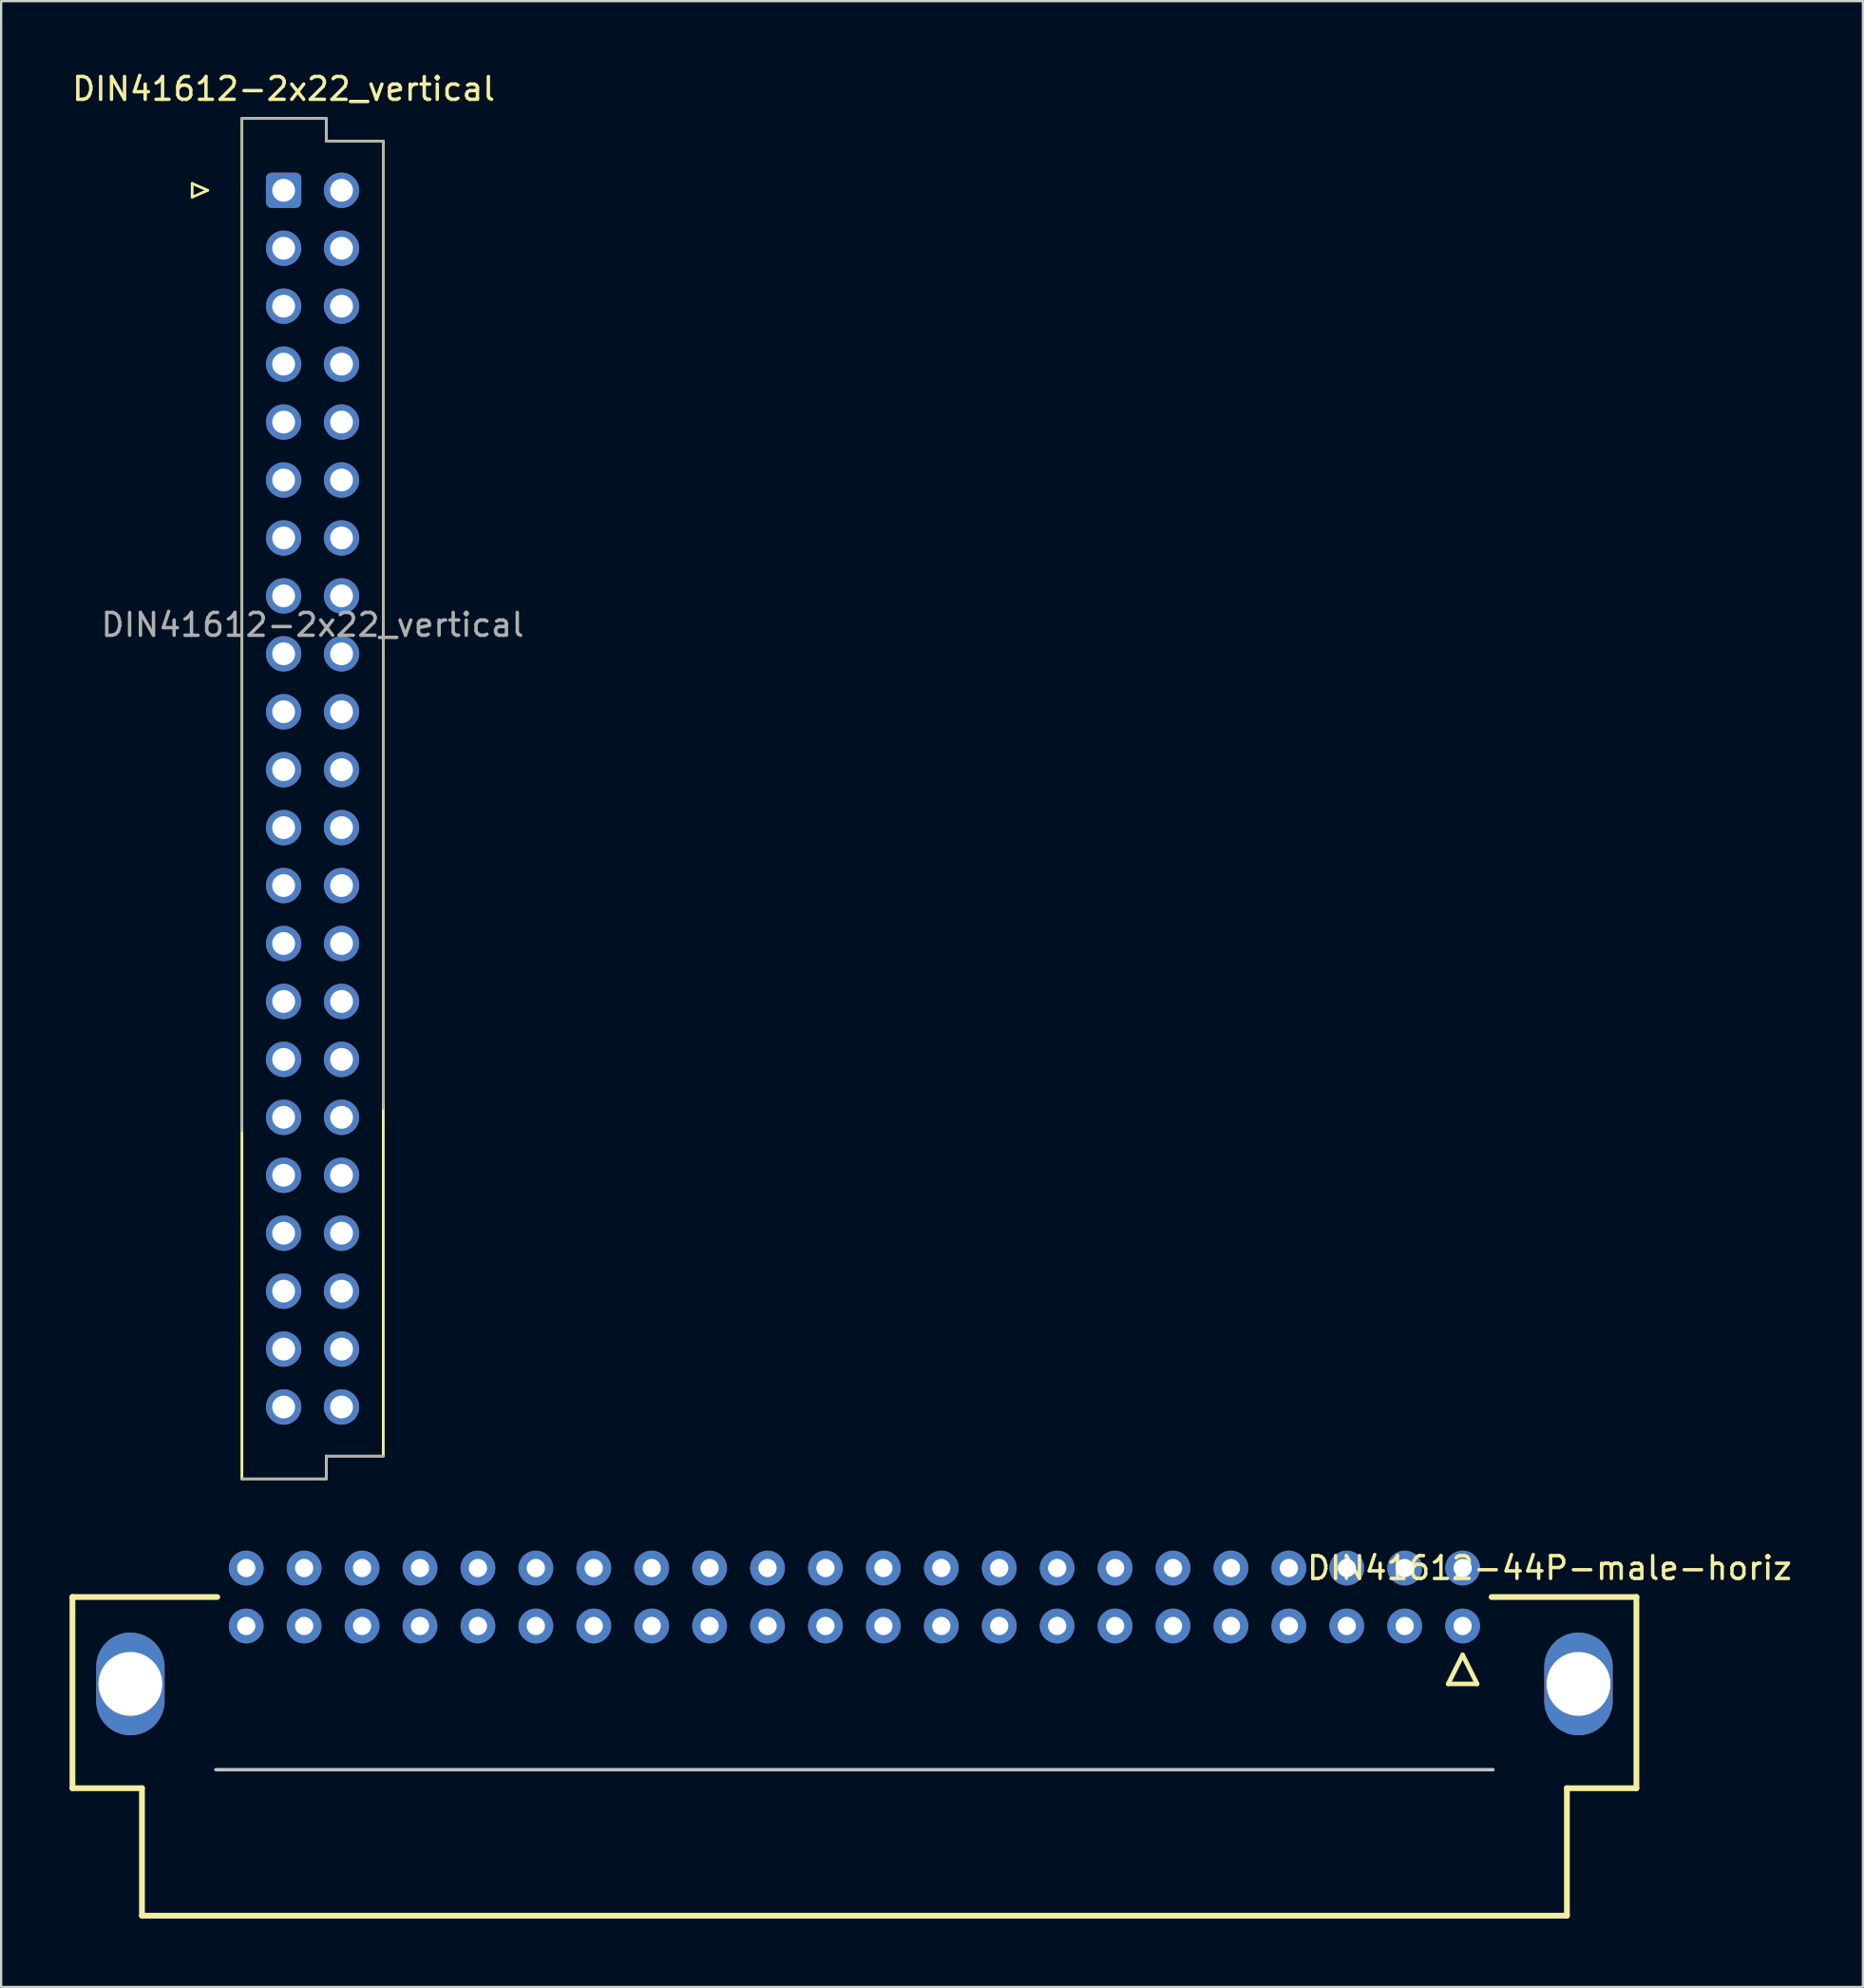
<source format=kicad_pcb>
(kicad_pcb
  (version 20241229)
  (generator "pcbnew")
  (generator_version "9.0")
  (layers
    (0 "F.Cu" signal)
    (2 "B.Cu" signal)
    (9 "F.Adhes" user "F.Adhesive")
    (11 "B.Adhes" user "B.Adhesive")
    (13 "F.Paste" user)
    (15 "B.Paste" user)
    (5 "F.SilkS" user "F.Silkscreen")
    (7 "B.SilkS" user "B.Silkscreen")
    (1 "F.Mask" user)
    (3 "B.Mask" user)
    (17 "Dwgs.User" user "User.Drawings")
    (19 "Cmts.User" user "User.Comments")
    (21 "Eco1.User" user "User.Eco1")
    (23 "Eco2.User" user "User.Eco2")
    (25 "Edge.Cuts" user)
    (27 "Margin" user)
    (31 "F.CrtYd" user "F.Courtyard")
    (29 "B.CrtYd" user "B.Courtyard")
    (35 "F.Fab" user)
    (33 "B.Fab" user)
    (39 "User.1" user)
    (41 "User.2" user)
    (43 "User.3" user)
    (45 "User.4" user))
  (footprint "DIN41612-44P-male-horiz"
    (layer "F.Cu")
    (at 34.417 66.962)
    (property "Reference" "DIN41612-44P-male-horiz" (at 30.48 -1.27 0) (layer "F.SilkS") (effects (font (size 1 1) (thickness 0.15))))
    (attr through_hole)
    (fp_line (start -34.29 0) (end -34.29 8.382) (stroke (width 0.254) (type solid)) (layer "F.SilkS"))
    (fp_line (start -31.242 8.382) (end -34.29 8.382) (stroke (width 0.254) (type solid)) (layer "F.SilkS"))
    (fp_line (start -31.242 13.97) (end -31.242 8.382) (stroke (width 0.254) (type solid)) (layer "F.SilkS"))
    (fp_line (start -27.94 0) (end -34.29 0) (stroke (width 0.254) (type solid)) (layer "F.SilkS"))
    (fp_line (start 26.035 3.81) (end 27.305 3.81) (stroke (width 0.2) (type solid)) (layer "F.SilkS"))
    (fp_line (start 26.67 2.54) (end 26.035 3.81) (stroke (width 0.2) (type solid)) (layer "F.SilkS"))
    (fp_line (start 27.305 3.81) (end 26.67 2.54) (stroke (width 0.2) (type solid)) (layer "F.SilkS"))
    (fp_line (start 27.94 0) (end 34.29 0) (stroke (width 0.254) (type solid)) (layer "F.SilkS"))
    (fp_line (start 31.242 13.97) (end -31.242 13.97) (stroke (width 0.254) (type solid)) (layer "F.SilkS"))
    (fp_line (start 31.242 13.97) (end 31.242 8.382) (stroke (width 0.254) (type solid)) (layer "F.SilkS"))
    (fp_line (start 34.29 0) (end 34.29 8.382) (stroke (width 0.254) (type solid)) (layer "F.SilkS"))
    (fp_line (start 34.29 8.382) (end 31.242 8.382) (stroke (width 0.254) (type solid)) (layer "F.SilkS"))
    (fp_line (start -28 7.57) (end 28 7.57) (stroke (width 0.15) (type solid)) (layer "Dwgs.User"))
    (pad "" thru_hole oval (at -31.75 3.81) (size 3 4.5) (drill 2.8) (layers "*.Cu" "*.Mask"))
    (pad "" thru_hole oval (at 31.75 3.81) (size 3 4.5) (drill 2.8) (layers "*.Cu" "*.Mask"))
    (pad "1A" thru_hole circle (at 26.67 1.27) (size 1.524 1.524) (drill 0.8) (layers "*.Cu" "*.Mask"))
    (pad "1B" thru_hole circle (at 26.67 -1.27) (size 1.524 1.524) (drill 0.8) (layers "*.Cu" "*.Mask"))
    (pad "2A" thru_hole circle (at 24.13 1.27) (size 1.524 1.524) (drill 0.8) (layers "*.Cu" "*.Mask"))
    (pad "2B" thru_hole circle (at 24.13 -1.27) (size 1.524 1.524) (drill 0.8) (layers "*.Cu" "*.Mask"))
    (pad "3A" thru_hole circle (at 21.59 1.27) (size 1.524 1.524) (drill 0.8) (layers "*.Cu" "*.Mask"))
    (pad "3B" thru_hole circle (at 21.59 -1.27) (size 1.524 1.524) (drill 0.8) (layers "*.Cu" "*.Mask"))
    (pad "4A" thru_hole circle (at 19.05 1.27) (size 1.524 1.524) (drill 0.8) (layers "*.Cu" "*.Mask"))
    (pad "4B" thru_hole circle (at 19.05 -1.27) (size 1.524 1.524) (drill 0.8) (layers "*.Cu" "*.Mask"))
    (pad "5A" thru_hole circle (at 16.51 1.27) (size 1.524 1.524) (drill 0.8) (layers "*.Cu" "*.Mask"))
    (pad "5B" thru_hole circle (at 16.51 -1.27) (size 1.524 1.524) (drill 0.8) (layers "*.Cu" "*.Mask"))
    (pad "6A" thru_hole circle (at 13.97 1.27) (size 1.524 1.524) (drill 0.8) (layers "*.Cu" "*.Mask"))
    (pad "6B" thru_hole circle (at 13.97 -1.27) (size 1.524 1.524) (drill 0.8) (layers "*.Cu" "*.Mask"))
    (pad "7A" thru_hole circle (at 11.43 1.27) (size 1.524 1.524) (drill 0.8) (layers "*.Cu" "*.Mask"))
    (pad "7B" thru_hole circle (at 11.43 -1.27) (size 1.524 1.524) (drill 0.8) (layers "*.Cu" "*.Mask"))
    (pad "8A" thru_hole circle (at 8.89 1.27) (size 1.524 1.524) (drill 0.8) (layers "*.Cu" "*.Mask"))
    (pad "8B" thru_hole circle (at 8.89 -1.27) (size 1.524 1.524) (drill 0.8) (layers "*.Cu" "*.Mask"))
    (pad "9A" thru_hole circle (at 6.35 1.27) (size 1.524 1.524) (drill 0.8) (layers "*.Cu" "*.Mask"))
    (pad "9B" thru_hole circle (at 6.35 -1.27) (size 1.524 1.524) (drill 0.8) (layers "*.Cu" "*.Mask"))
    (pad "10A" thru_hole circle (at 3.81 1.27) (size 1.524 1.524) (drill 0.8) (layers "*.Cu" "*.Mask"))
    (pad "10B" thru_hole circle (at 3.81 -1.27) (size 1.524 1.524) (drill 0.8) (layers "*.Cu" "*.Mask"))
    (pad "11A" thru_hole circle (at 1.27 1.27) (size 1.524 1.524) (drill 0.8) (layers "*.Cu" "*.Mask"))
    (pad "11B" thru_hole circle (at 1.27 -1.27) (size 1.524 1.524) (drill 0.8) (layers "*.Cu" "*.Mask"))
    (pad "12A" thru_hole circle (at -1.27 1.27) (size 1.524 1.524) (drill 0.8) (layers "*.Cu" "*.Mask"))
    (pad "12B" thru_hole circle (at -1.27 -1.27) (size 1.524 1.524) (drill 0.8) (layers "*.Cu" "*.Mask"))
    (pad "13A" thru_hole circle (at -3.81 1.27) (size 1.524 1.524) (drill 0.8) (layers "*.Cu" "*.Mask"))
    (pad "13B" thru_hole circle (at -3.81 -1.27) (size 1.524 1.524) (drill 0.8) (layers "*.Cu" "*.Mask"))
    (pad "14A" thru_hole circle (at -6.35 1.27) (size 1.524 1.524) (drill 0.8) (layers "*.Cu" "*.Mask"))
    (pad "14B" thru_hole circle (at -6.35 -1.27) (size 1.524 1.524) (drill 0.8) (layers "*.Cu" "*.Mask"))
    (pad "15A" thru_hole circle (at -8.89 1.27) (size 1.524 1.524) (drill 0.8) (layers "*.Cu" "*.Mask"))
    (pad "15B" thru_hole circle (at -8.89 -1.27) (size 1.524 1.524) (drill 0.8) (layers "*.Cu" "*.Mask"))
    (pad "16A" thru_hole circle (at -11.43 1.27) (size 1.524 1.524) (drill 0.8) (layers "*.Cu" "*.Mask"))
    (pad "16B" thru_hole circle (at -11.43 -1.27) (size 1.524 1.524) (drill 0.8) (layers "*.Cu" "*.Mask"))
    (pad "17A" thru_hole circle (at -13.97 1.27) (size 1.524 1.524) (drill 0.8) (layers "*.Cu" "*.Mask"))
    (pad "17B" thru_hole circle (at -13.97 -1.27) (size 1.524 1.524) (drill 0.8) (layers "*.Cu" "*.Mask"))
    (pad "18A" thru_hole circle (at -16.51 1.27) (size 1.524 1.524) (drill 0.8) (layers "*.Cu" "*.Mask"))
    (pad "18B" thru_hole circle (at -16.51 -1.27) (size 1.524 1.524) (drill 0.8) (layers "*.Cu" "*.Mask"))
    (pad "19A" thru_hole circle (at -19.05 1.27) (size 1.524 1.524) (drill 0.8) (layers "*.Cu" "*.Mask"))
    (pad "19B" thru_hole circle (at -19.05 -1.27) (size 1.524 1.524) (drill 0.8) (layers "*.Cu" "*.Mask"))
    (pad "20A" thru_hole circle (at -21.59 1.27) (size 1.524 1.524) (drill 0.8) (layers "*.Cu" "*.Mask"))
    (pad "20B" thru_hole circle (at -21.59 -1.27) (size 1.524 1.524) (drill 0.8) (layers "*.Cu" "*.Mask"))
    (pad "21A" thru_hole circle (at -24.13 1.27) (size 1.524 1.524) (drill 0.8) (layers "*.Cu" "*.Mask"))
    (pad "21B" thru_hole circle (at -24.13 -1.27) (size 1.524 1.524) (drill 0.8) (layers "*.Cu" "*.Mask"))
    (pad "22A" thru_hole circle (at -26.67 1.27) (size 1.524 1.524) (drill 0.8) (layers "*.Cu" "*.Mask"))
    (pad "22B" thru_hole circle (at -26.67 -1.27) (size 1.524 1.524) (drill 0.8) (layers "*.Cu" "*.Mask")))
  (footprint "DIN41612-2x22_vertical"
    (layer "F.Cu")
    (at 9.387 5.293)
    (property "Reference" "DIN41612-2x22_vertical" (at 0 -4.445 0) (layer "F.SilkS") (effects (font (size 1 1) (thickness 0.15))))
    (attr through_hole)
    (fp_line (start -4.01 -0.3) (end -4.01 0.3) (stroke (width 0.12) (type solid)) (layer "F.SilkS"))
    (fp_line (start -4.01 0.3) (end -3.33 0) (stroke (width 0.12) (type solid)) (layer "F.SilkS"))
    (fp_line (start -3.33 0) (end -4.01 -0.3) (stroke (width 0.12) (type solid)) (layer "F.SilkS"))
    (fp_line (start -1.83 -3.15) (end 1.87 -3.15) (stroke (width 0.12) (type solid)) (layer "F.SilkS"))
    (fp_line (start -1.83 56.49) (end -1.83 -3.15) (stroke (width 0.12) (type solid)) (layer "F.SilkS"))
    (fp_line (start 1.87 -3.15) (end 1.87 -2.15) (stroke (width 0.12) (type solid)) (layer "F.SilkS"))
    (fp_line (start 1.87 -2.15) (end 4.37 -2.15) (stroke (width 0.12) (type solid)) (layer "F.SilkS"))
    (fp_line (start 1.87 55.49) (end 1.87 56.49) (stroke (width 0.12) (type solid)) (layer "F.SilkS"))
    (fp_line (start 1.87 56.49) (end -1.83 56.49) (stroke (width 0.12) (type solid)) (layer "F.SilkS"))
    (fp_line (start 4.37 -2.15) (end 4.37 55.49) (stroke (width 0.12) (type solid)) (layer "F.SilkS"))
    (fp_line (start 4.37 55.49) (end 1.87 55.49) (stroke (width 0.12) (type solid)) (layer "F.SilkS"))
    (fp_line (start -1.83 -3.15) (end 1.87 -3.15) (stroke (width 0.1) (type solid)) (layer "F.Fab"))
    (fp_line (start -1.83 41.25) (end -1.83 -3.15) (stroke (width 0.1) (type solid)) (layer "F.Fab"))
    (fp_line (start 1.87 -3.15) (end 1.87 -2.15) (stroke (width 0.1) (type solid)) (layer "F.Fab"))
    (fp_line (start 1.87 -2.15) (end 4.37 -2.15) (stroke (width 0.1) (type solid)) (layer "F.Fab"))
    (fp_line (start 1.87 55.49) (end 1.87 56.49) (stroke (width 0.1) (type solid)) (layer "F.Fab"))
    (fp_line (start 1.87 56.49) (end -1.83 56.49) (stroke (width 0.1) (type solid)) (layer "F.Fab"))
    (fp_line (start 4.37 -2.15) (end 4.37 40.25) (stroke (width 0.1) (type solid)) (layer "F.Fab"))
    (fp_line (start 4.37 55.49) (end 1.87 55.49) (stroke (width 0.1) (type solid)) (layer "F.Fab"))
    (fp_text user "${REFERENCE}" (at 1.27 19.05 0) (layer "F.Fab") (effects (font (size 1 1) (thickness 0.15))))
    (pad "1A" thru_hole roundrect (at 0 0) (size 1.55 1.55) (drill 1) (layers "*.Cu" "*.Mask") (roundrect_rratio 0.161))
    (pad "1B" thru_hole circle (at 2.54 0) (size 1.55 1.55) (drill 1) (layers "*.Cu" "*.Mask"))
    (pad "2A" thru_hole circle (at 0 2.54) (size 1.55 1.55) (drill 1) (layers "*.Cu" "*.Mask"))
    (pad "2B" thru_hole circle (at 2.54 2.54) (size 1.55 1.55) (drill 1) (layers "*.Cu" "*.Mask"))
    (pad "3A" thru_hole circle (at 0 5.08) (size 1.55 1.55) (drill 1) (layers "*.Cu" "*.Mask"))
    (pad "3B" thru_hole circle (at 2.54 5.08) (size 1.55 1.55) (drill 1) (layers "*.Cu" "*.Mask"))
    (pad "4A" thru_hole circle (at 0 7.62) (size 1.55 1.55) (drill 1) (layers "*.Cu" "*.Mask"))
    (pad "4B" thru_hole circle (at 2.54 7.62) (size 1.55 1.55) (drill 1) (layers "*.Cu" "*.Mask"))
    (pad "5A" thru_hole circle (at 0 10.16) (size 1.55 1.55) (drill 1) (layers "*.Cu" "*.Mask"))
    (pad "5B" thru_hole circle (at 2.54 10.16) (size 1.55 1.55) (drill 1) (layers "*.Cu" "*.Mask"))
    (pad "6A" thru_hole circle (at 0 12.7) (size 1.55 1.55) (drill 1) (layers "*.Cu" "*.Mask"))
    (pad "6B" thru_hole circle (at 2.54 12.7) (size 1.55 1.55) (drill 1) (layers "*.Cu" "*.Mask"))
    (pad "7A" thru_hole circle (at 0 15.24) (size 1.55 1.55) (drill 1) (layers "*.Cu" "*.Mask"))
    (pad "7B" thru_hole circle (at 2.54 15.24) (size 1.55 1.55) (drill 1) (layers "*.Cu" "*.Mask"))
    (pad "8A" thru_hole circle (at 0 17.78) (size 1.55 1.55) (drill 1) (layers "*.Cu" "*.Mask"))
    (pad "8B" thru_hole circle (at 2.54 17.78) (size 1.55 1.55) (drill 1) (layers "*.Cu" "*.Mask"))
    (pad "9A" thru_hole circle (at 0 20.32) (size 1.55 1.55) (drill 1) (layers "*.Cu" "*.Mask"))
    (pad "9B" thru_hole circle (at 2.54 20.32) (size 1.55 1.55) (drill 1) (layers "*.Cu" "*.Mask"))
    (pad "10A" thru_hole circle (at 0 22.86) (size 1.55 1.55) (drill 1) (layers "*.Cu" "*.Mask"))
    (pad "10B" thru_hole circle (at 2.54 22.86) (size 1.55 1.55) (drill 1) (layers "*.Cu" "*.Mask"))
    (pad "11A" thru_hole circle (at 0 25.4) (size 1.55 1.55) (drill 1) (layers "*.Cu" "*.Mask"))
    (pad "11B" thru_hole circle (at 2.54 25.4) (size 1.55 1.55) (drill 1) (layers "*.Cu" "*.Mask"))
    (pad "12A" thru_hole circle (at 0 27.94) (size 1.55 1.55) (drill 1) (layers "*.Cu" "*.Mask"))
    (pad "12B" thru_hole circle (at 2.54 27.94) (size 1.55 1.55) (drill 1) (layers "*.Cu" "*.Mask"))
    (pad "13A" thru_hole circle (at 0 30.48) (size 1.55 1.55) (drill 1) (layers "*.Cu" "*.Mask"))
    (pad "13B" thru_hole circle (at 2.54 30.48) (size 1.55 1.55) (drill 1) (layers "*.Cu" "*.Mask"))
    (pad "14A" thru_hole circle (at 0 33.02) (size 1.55 1.55) (drill 1) (layers "*.Cu" "*.Mask"))
    (pad "14B" thru_hole circle (at 2.54 33.02) (size 1.55 1.55) (drill 1) (layers "*.Cu" "*.Mask"))
    (pad "15A" thru_hole circle (at 0 35.56) (size 1.55 1.55) (drill 1) (layers "*.Cu" "*.Mask"))
    (pad "15B" thru_hole circle (at 2.54 35.56) (size 1.55 1.55) (drill 1) (layers "*.Cu" "*.Mask"))
    (pad "16A" thru_hole circle (at 0 38.1) (size 1.55 1.55) (drill 1) (layers "*.Cu" "*.Mask"))
    (pad "16B" thru_hole circle (at 2.54 38.1) (size 1.55 1.55) (drill 1) (layers "*.Cu" "*.Mask"))
    (pad "17A" thru_hole circle (at 0 40.64) (size 1.55 1.55) (drill 1) (layers "*.Cu" "*.Mask"))
    (pad "17B" thru_hole circle (at 2.54 40.64) (size 1.55 1.55) (drill 1) (layers "*.Cu" "*.Mask"))
    (pad "18A" thru_hole circle (at 0 43.18) (size 1.55 1.55) (drill 1) (layers "*.Cu" "*.Mask"))
    (pad "18B" thru_hole circle (at 2.54 43.18) (size 1.55 1.55) (drill 1) (layers "*.Cu" "*.Mask"))
    (pad "19A" thru_hole circle (at 0 45.72) (size 1.55 1.55) (drill 1) (layers "*.Cu" "*.Mask"))
    (pad "19B" thru_hole circle (at 2.54 45.72) (size 1.55 1.55) (drill 1) (layers "*.Cu" "*.Mask"))
    (pad "20A" thru_hole circle (at 0 48.26) (size 1.55 1.55) (drill 1) (layers "*.Cu" "*.Mask"))
    (pad "20B" thru_hole circle (at 2.54 48.26) (size 1.55 1.55) (drill 1) (layers "*.Cu" "*.Mask"))
    (pad "21A" thru_hole circle (at 0 50.8) (size 1.55 1.55) (drill 1) (layers "*.Cu" "*.Mask"))
    (pad "21B" thru_hole circle (at 2.54 50.8) (size 1.55 1.55) (drill 1) (layers "*.Cu" "*.Mask"))
    (pad "22A" thru_hole circle (at 0 53.34) (size 1.55 1.55) (drill 1) (layers "*.Cu" "*.Mask"))
    (pad "22B" thru_hole circle (at 2.54 53.34) (size 1.55 1.55) (drill 1) (layers "*.Cu" "*.Mask")))
  (gr_rect
    (start -3 -3)
    (end 78.641 84.058)
    (stroke (width 0.1) (type default))
    (fill no)
    (layer "Edge.Cuts")))
</source>
